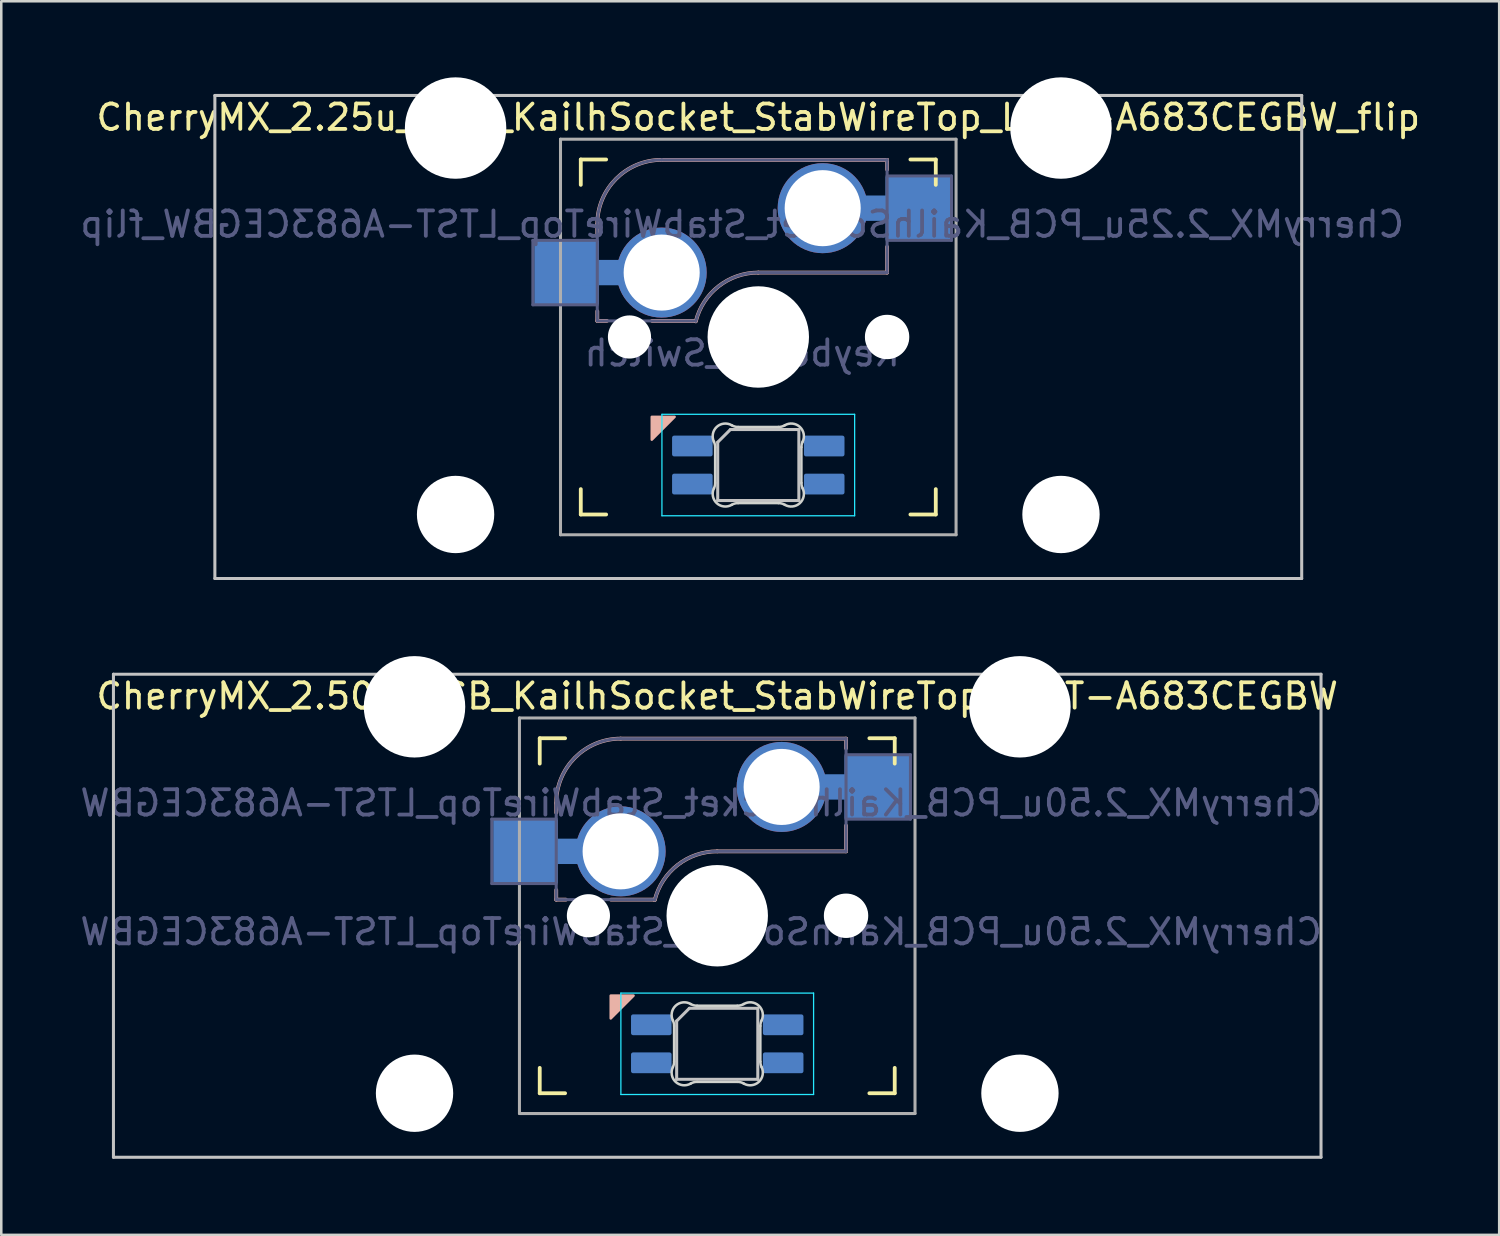
<source format=kicad_pcb>
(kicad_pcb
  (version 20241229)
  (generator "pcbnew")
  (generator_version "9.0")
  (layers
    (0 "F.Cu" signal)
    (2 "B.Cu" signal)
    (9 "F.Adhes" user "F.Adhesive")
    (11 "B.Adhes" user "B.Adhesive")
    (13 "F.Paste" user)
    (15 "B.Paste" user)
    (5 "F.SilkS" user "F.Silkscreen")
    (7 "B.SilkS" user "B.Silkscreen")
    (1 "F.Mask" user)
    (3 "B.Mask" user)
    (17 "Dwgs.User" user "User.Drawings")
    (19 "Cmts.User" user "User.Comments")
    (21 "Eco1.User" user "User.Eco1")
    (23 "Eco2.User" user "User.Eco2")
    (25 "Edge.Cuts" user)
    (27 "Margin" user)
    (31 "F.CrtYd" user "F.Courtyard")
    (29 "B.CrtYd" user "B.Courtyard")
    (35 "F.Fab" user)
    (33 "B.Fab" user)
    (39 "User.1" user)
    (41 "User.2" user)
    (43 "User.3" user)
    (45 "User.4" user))
  (footprint "CherryMX_2.25u_PCB_KailhSocket_StabWireTop_LTST-A683CEGBW_flip"
    (layer "F.Cu")
    (at 26.855 10.24)
    (property "Reference" "CherryMX_2.25u_PCB_KailhSocket_StabWireTop_LTST-A683CEGBW_flip" (at 0 -8.662 0) (layer "F.SilkS") (effects (font (size 1 1) (thickness 0.15))))
    (property "Value" "Keyboard_Switch" (at 0 8.662 0) (layer "F.Fab") (hide yes) (effects (font (size 1 1) (thickness 0.15))))
    (attr through_hole)
    (fp_line (start -7 -6) (end -7 -7) (stroke (width 0.15) (type solid)) (layer "F.SilkS"))
    (fp_line (start -7 7) (end -7 6) (stroke (width 0.15) (type solid)) (layer "F.SilkS"))
    (fp_line (start -7 7) (end -6 7) (stroke (width 0.15) (type solid)) (layer "F.SilkS"))
    (fp_line (start -6 -7) (end -7 -7) (stroke (width 0.15) (type solid)) (layer "F.SilkS"))
    (fp_line (start 6 7) (end 7 7) (stroke (width 0.15) (type solid)) (layer "F.SilkS"))
    (fp_line (start 7 -7) (end 6 -7) (stroke (width 0.15) (type solid)) (layer "F.SilkS"))
    (fp_line (start 7 -7) (end 7 -6) (stroke (width 0.15) (type solid)) (layer "F.SilkS"))
    (fp_line (start 7 6) (end 7 7) (stroke (width 0.15) (type solid)) (layer "F.SilkS"))
    (fp_line (start -6.35 -4.445) (end -6.35 -4.064) (stroke (width 0.15) (type solid)) (layer "B.SilkS"))
    (fp_line (start -6.35 -1.016) (end -6.35 -0.635) (stroke (width 0.15) (type solid)) (layer "B.SilkS"))
    (fp_line (start -5.969 -0.635) (end -6.35 -0.635) (stroke (width 0.15) (type solid)) (layer "B.SilkS"))
    (fp_line (start -3.81 -6.985) (end 5.08 -6.985) (stroke (width 0.15) (type solid)) (layer "B.SilkS"))
    (fp_line (start -2.464 -0.635) (end -4.191 -0.635) (stroke (width 0.15) (type solid)) (layer "B.SilkS"))
    (fp_line (start 5.08 -6.985) (end 5.08 -6.604) (stroke (width 0.15) (type solid)) (layer "B.SilkS"))
    (fp_line (start 5.08 -3.556) (end 5.08 -2.54) (stroke (width 0.15) (type solid)) (layer "B.SilkS"))
    (fp_line (start 5.08 -2.54) (end 0 -2.54) (stroke (width 0.15) (type solid)) (layer "B.SilkS"))
    (fp_arc (start -6.35 -4.445) (mid -5.606051 -6.241051) (end -3.81 -6.985) (stroke (width 0.15) (type solid)) (layer "B.SilkS"))
    (fp_arc (start -2.464162 -0.61604) (mid -1.563147 -2.002042) (end 0 -2.54) (stroke (width 0.15) (type solid)) (layer "B.SilkS"))
    (fp_poly (pts (xy -4.2 4.05) (xy -3.3 3.15) (xy -4.2 3.15)) (stroke (width 0.1) (type solid)) (fill yes) (layer "B.SilkS"))
    (fp_line (start -21.431 -9.525) (end 21.431 -9.525) (stroke (width 0.12) (type solid)) (layer "Dwgs.User"))
    (fp_line (start -21.431 9.525) (end -21.431 -9.525) (stroke (width 0.12) (type solid)) (layer "Dwgs.User"))
    (fp_line (start -1.6 4.15) (end -1.6 6.45) (stroke (width 0.12) (type solid)) (layer "Dwgs.User"))
    (fp_line (start -1.6 4.15) (end -1.1 3.65) (stroke (width 0.12) (type solid)) (layer "Dwgs.User"))
    (fp_line (start -1.6 6.45) (end 1.6 6.45) (stroke (width 0.12) (type solid)) (layer "Dwgs.User"))
    (fp_line (start 1.6 3.65) (end -1.1 3.65) (stroke (width 0.12) (type solid)) (layer "Dwgs.User"))
    (fp_line (start 1.6 6.45) (end 1.6 3.65) (stroke (width 0.12) (type solid)) (layer "Dwgs.User"))
    (fp_line (start 21.431 -9.525) (end 21.431 9.525) (stroke (width 0.12) (type solid)) (layer "Dwgs.User"))
    (fp_line (start 21.431 9.525) (end -21.431 9.525) (stroke (width 0.12) (type solid)) (layer "Dwgs.User"))
    (fp_line (start -6.9 6.9) (end -6.9 -6.9) (stroke (width 0.15) (type solid)) (layer "Eco2.User"))
    (fp_line (start -6.9 6.9) (end 6.9 6.9) (stroke (width 0.15) (type solid)) (layer "Eco2.User"))
    (fp_line (start 6.9 -6.9) (end -6.9 -6.9) (stroke (width 0.15) (type solid)) (layer "Eco2.User"))
    (fp_line (start 6.9 -6.9) (end 6.9 6.9) (stroke (width 0.15) (type solid)) (layer "Eco2.User"))
    (fp_line (start -1.7 5.753) (end -1.7 4.347) (stroke (width 0.1) (type solid)) (layer "Edge.Cuts"))
    (fp_line (start -0.794 3.55) (end 0.794 3.55) (stroke (width 0.1) (type solid)) (layer "Edge.Cuts"))
    (fp_line (start 0.794 6.55) (end -0.794 6.55) (stroke (width 0.1) (type solid)) (layer "Edge.Cuts"))
    (fp_line (start 1.7 4.347) (end 1.7 5.753) (stroke (width 0.1) (type solid)) (layer "Edge.Cuts"))
    (fp_arc (start -1.749484 4.13028) (mid -1.712527 4.235932) (end -1.699999 4.347158) (stroke (width 0.1) (type solid)) (layer "Edge.Cuts"))
    (fp_arc (start -1.749484 4.130281) (mid -1.638072 3.545965) (end -1.046711 3.481701) (stroke (width 0.1) (type solid)) (layer "Edge.Cuts"))
    (fp_arc (start -1.699999 5.752843) (mid -1.712527 5.864068) (end -1.749484 5.96972) (stroke (width 0.1) (type solid)) (layer "Edge.Cuts"))
    (fp_arc (start -1.046711 6.618298) (mid -1.638071 6.554034) (end -1.749484 5.96972) (stroke (width 0.1) (type solid)) (layer "Edge.Cuts"))
    (fp_arc (start -1.046711 6.618298) (mid -0.925123 6.567376) (end -0.794453 6.549999) (stroke (width 0.1) (type solid)) (layer "Edge.Cuts"))
    (fp_arc (start -0.794452 3.55) (mid -0.925123 3.532623) (end -1.046711 3.481701) (stroke (width 0.1) (type solid)) (layer "Edge.Cuts"))
    (fp_arc (start 0.794453 6.55) (mid 0.925123 6.567377) (end 1.046711 6.618299) (stroke (width 0.1) (type solid)) (layer "Edge.Cuts"))
    (fp_arc (start 1.04671 3.481701) (mid 0.925122 3.532623) (end 0.794452 3.55) (stroke (width 0.1) (type solid)) (layer "Edge.Cuts"))
    (fp_arc (start 1.046711 3.481703) (mid 1.63807 3.545966) (end 1.749484 4.13028) (stroke (width 0.1) (type solid)) (layer "Edge.Cuts"))
    (fp_arc (start 1.699999 4.347157) (mid 1.712527 4.235932) (end 1.749484 4.13028) (stroke (width 0.1) (type solid)) (layer "Edge.Cuts"))
    (fp_arc (start 1.749484 5.96972) (mid 1.638071 6.554035) (end 1.046711 6.618299) (stroke (width 0.1) (type solid)) (layer "Edge.Cuts"))
    (fp_arc (start 1.749484 5.96972) (mid 1.712527 5.864068) (end 1.699999 5.752842) (stroke (width 0.1) (type solid)) (layer "Edge.Cuts"))
    (fp_line (start -3.8 3.05) (end -3.8 7.05) (stroke (width 0.05) (type solid)) (layer "B.CrtYd"))
    (fp_line (start -3.8 7.05) (end 3.8 7.05) (stroke (width 0.05) (type solid)) (layer "B.CrtYd"))
    (fp_line (start 3.8 3.05) (end -3.8 3.05) (stroke (width 0.05) (type solid)) (layer "B.CrtYd"))
    (fp_line (start 3.8 7.05) (end 3.8 3.05) (stroke (width 0.05) (type solid)) (layer "B.CrtYd"))
    (fp_line (start -8.89 -3.81) (end -6.35 -3.81) (stroke (width 0.12) (type solid)) (layer "B.Fab"))
    (fp_line (start -8.89 -1.27) (end -8.89 -3.81) (stroke (width 0.12) (type solid)) (layer "B.Fab"))
    (fp_line (start -6.35 -1.27) (end -8.89 -1.27) (stroke (width 0.12) (type solid)) (layer "B.Fab"))
    (fp_line (start -6.35 -0.635) (end -6.35 -4.445) (stroke (width 0.12) (type solid)) (layer "B.Fab"))
    (fp_line (start -6.35 -0.635) (end -2.54 -0.635) (stroke (width 0.12) (type solid)) (layer "B.Fab"))
    (fp_line (start -3.81 -6.985) (end 5.08 -6.985) (stroke (width 0.12) (type solid)) (layer "B.Fab"))
    (fp_line (start 5.08 -6.985) (end 5.08 -2.54) (stroke (width 0.12) (type solid)) (layer "B.Fab"))
    (fp_line (start 5.08 -6.35) (end 7.62 -6.35) (stroke (width 0.12) (type solid)) (layer "B.Fab"))
    (fp_line (start 5.08 -2.54) (end 0 -2.54) (stroke (width 0.12) (type solid)) (layer "B.Fab"))
    (fp_line (start 7.62 -6.35) (end 7.62 -3.81) (stroke (width 0.12) (type solid)) (layer "B.Fab"))
    (fp_line (start 7.62 -3.81) (end 5.08 -3.81) (stroke (width 0.12) (type solid)) (layer "B.Fab"))
    (fp_arc (start -6.35 -4.445) (mid -5.606051 -6.241051) (end -3.81 -6.985) (stroke (width 0.12) (type solid)) (layer "B.Fab"))
    (fp_arc (start -2.464162 -0.61604) (mid -1.563147 -2.002042) (end 0 -2.54) (stroke (width 0.12) (type solid)) (layer "B.Fab"))
    (fp_line (start -7.8 -7.8) (end -7.8 7.8) (stroke (width 0.12) (type solid)) (layer "F.Fab"))
    (fp_line (start -7.8 -7.8) (end 7.8 -7.8) (stroke (width 0.12) (type solid)) (layer "F.Fab"))
    (fp_line (start -7.8 7.8) (end 7.8 7.8) (stroke (width 0.12) (type solid)) (layer "F.Fab"))
    (fp_line (start 7.8 -7.8) (end 7.8 7.8) (stroke (width 0.12) (type solid)) (layer "F.Fab"))
    (fp_text user "${REFERENCE}" (at -0.635 -4.445 0) (layer "B.Fab") (effects (font (size 1 1) (thickness 0.15)) (justify mirror)))
    (fp_text user "${VALUE}" (at -0.635 0.635 0) (layer "B.Fab") (effects (font (size 1 1) (thickness 0.15)) (justify mirror)))
    (pad "" np_thru_hole circle (at -11.938 -8.24) (size 4 4) (drill 4) (layers "*.Cu" "*.Mask"))
    (pad "" np_thru_hole circle (at -11.938 7) (size 3.05 3.05) (drill 3.05) (layers "*.Cu" "*.Mask"))
    (pad "" np_thru_hole circle (at -5.08 0) (size 1.702 1.702) (drill 1.702) (layers "*.Cu" "*.Mask"))
    (pad "" np_thru_hole circle (at 0 0) (size 4 4) (drill 4) (layers "*.Cu" "*.Mask"))
    (pad "" np_thru_hole circle (at 5.08 0) (size 1.702 1.702) (drill 1.702) (layers "*.Cu" "*.Mask"))
    (pad "" np_thru_hole circle (at 5.08 0) (size 1.75 1.75) (drill 1.75) (layers "*.Cu" "*.Mask"))
    (pad "" np_thru_hole circle (at 11.938 -8.24) (size 4 4) (drill 4) (layers "*.Cu" "*.Mask"))
    (pad "" np_thru_hole circle (at 11.938 7) (size 3.05 3.05) (drill 3.05) (layers "*.Cu" "*.Mask"))
    (pad "1" thru_hole circle (at 2.54 -5.08) (size 3.55 3.55) (drill 3) (layers "*.Cu"))
    (pad "1" connect rect (at 5.015 -5.08 270) (size 1 2.5) (layers "B.Cu"))
    (pad "1" smd rect (at 6.29 -5.08) (size 2.55 2.5) (layers "B.Cu" "B.Mask" "B.Paste"))
    (pad "2" smd rect (at -7.56 -2.54) (size 2.55 2.5) (layers "B.Cu" "B.Mask" "B.Paste"))
    (pad "2" connect rect (at -5.715 -2.54 90) (size 1 2.5) (layers "B.Cu"))
    (pad "2" thru_hole circle (at -3.81 -2.54) (size 3.55 3.55) (drill 3) (layers "*.Cu"))
    (pad "3" smd roundrect (at -2.6 4.3 90) (size 0.82 1.6) (layers "B.Cu" "B.Mask" "B.Paste") (roundrect_rratio 0.1))
    (pad "4" smd roundrect (at -2.6 5.8 90) (size 0.82 1.6) (layers "B.Cu" "B.Mask" "B.Paste") (roundrect_rratio 0.1))
    (pad "5" smd roundrect (at 2.6 4.3 90) (size 0.82 1.6) (layers "B.Cu" "B.Mask" "B.Paste") (roundrect_rratio 0.1))
    (pad "6" smd roundrect (at 2.6 5.8 90) (size 0.82 1.6) (layers "B.Cu" "B.Mask" "B.Paste") (roundrect_rratio 0.1)))
  (footprint "CherryMX_2.50u_PCB_KailhSocket_StabWireTop_LTST-A683CEGBW"
    (layer "F.Cu")
    (at 25.236 33.065)
    (property "Reference" "CherryMX_2.50u_PCB_KailhSocket_StabWireTop_LTST-A683CEGBW" (at 0 -8.662 0) (layer "F.SilkS") (effects (font (size 1 1) (thickness 0.15))))
    (property "Value" "CherryMX_2.50u_PCB_KailhSocket_StabWireTop_LTST-A683CEGBW" (at 0 8.662 0) (layer "F.Fab") (hide yes) (effects (font (size 1 1) (thickness 0.15))))
    (attr through_hole)
    (fp_line (start -7 -6) (end -7 -7) (stroke (width 0.15) (type solid)) (layer "F.SilkS"))
    (fp_line (start -7 7) (end -7 6) (stroke (width 0.15) (type solid)) (layer "F.SilkS"))
    (fp_line (start -7 7) (end -6 7) (stroke (width 0.15) (type solid)) (layer "F.SilkS"))
    (fp_line (start -6 -7) (end -7 -7) (stroke (width 0.15) (type solid)) (layer "F.SilkS"))
    (fp_line (start 6 7) (end 7 7) (stroke (width 0.15) (type solid)) (layer "F.SilkS"))
    (fp_line (start 7 -7) (end 6 -7) (stroke (width 0.15) (type solid)) (layer "F.SilkS"))
    (fp_line (start 7 -7) (end 7 -6) (stroke (width 0.15) (type solid)) (layer "F.SilkS"))
    (fp_line (start 7 6) (end 7 7) (stroke (width 0.15) (type solid)) (layer "F.SilkS"))
    (fp_line (start -6.35 -4.445) (end -6.35 -4.064) (stroke (width 0.15) (type solid)) (layer "B.SilkS"))
    (fp_line (start -6.35 -1.016) (end -6.35 -0.635) (stroke (width 0.15) (type solid)) (layer "B.SilkS"))
    (fp_line (start -5.969 -0.635) (end -6.35 -0.635) (stroke (width 0.15) (type solid)) (layer "B.SilkS"))
    (fp_line (start -3.81 -6.985) (end 5.08 -6.985) (stroke (width 0.15) (type solid)) (layer "B.SilkS"))
    (fp_line (start -2.464 -0.635) (end -4.191 -0.635) (stroke (width 0.15) (type solid)) (layer "B.SilkS"))
    (fp_line (start 5.08 -6.985) (end 5.08 -6.604) (stroke (width 0.15) (type solid)) (layer "B.SilkS"))
    (fp_line (start 5.08 -3.556) (end 5.08 -2.54) (stroke (width 0.15) (type solid)) (layer "B.SilkS"))
    (fp_line (start 5.08 -2.54) (end 0 -2.54) (stroke (width 0.15) (type solid)) (layer "B.SilkS"))
    (fp_arc (start -6.35 -4.445) (mid -5.606051 -6.241051) (end -3.81 -6.985) (stroke (width 0.15) (type solid)) (layer "B.SilkS"))
    (fp_arc (start -2.464162 -0.61604) (mid -1.563147 -2.002042) (end 0 -2.54) (stroke (width 0.15) (type solid)) (layer "B.SilkS"))
    (fp_poly (pts (xy -4.2 4.05) (xy -3.3 3.15) (xy -4.2 3.15)) (stroke (width 0.1) (type solid)) (fill yes) (layer "B.SilkS"))
    (fp_line (start -23.812 -9.525) (end 23.812 -9.525) (stroke (width 0.12) (type solid)) (layer "Dwgs.User"))
    (fp_line (start -23.812 9.525) (end -23.812 -9.525) (stroke (width 0.12) (type solid)) (layer "Dwgs.User"))
    (fp_line (start -1.6 4.15) (end -1.6 6.45) (stroke (width 0.12) (type solid)) (layer "Dwgs.User"))
    (fp_line (start -1.6 4.15) (end -1.1 3.65) (stroke (width 0.12) (type solid)) (layer "Dwgs.User"))
    (fp_line (start -1.6 6.45) (end 1.6 6.45) (stroke (width 0.12) (type solid)) (layer "Dwgs.User"))
    (fp_line (start 1.6 3.65) (end -1.1 3.65) (stroke (width 0.12) (type solid)) (layer "Dwgs.User"))
    (fp_line (start 1.6 6.45) (end 1.6 3.65) (stroke (width 0.12) (type solid)) (layer "Dwgs.User"))
    (fp_line (start 23.812 -9.525) (end 23.812 9.525) (stroke (width 0.12) (type solid)) (layer "Dwgs.User"))
    (fp_line (start 23.812 9.525) (end -23.812 9.525) (stroke (width 0.12) (type solid)) (layer "Dwgs.User"))
    (fp_line (start -6.9 6.9) (end -6.9 -6.9) (stroke (width 0.15) (type solid)) (layer "Eco2.User"))
    (fp_line (start -6.9 6.9) (end 6.9 6.9) (stroke (width 0.15) (type solid)) (layer "Eco2.User"))
    (fp_line (start 6.9 -6.9) (end -6.9 -6.9) (stroke (width 0.15) (type solid)) (layer "Eco2.User"))
    (fp_line (start 6.9 -6.9) (end 6.9 6.9) (stroke (width 0.15) (type solid)) (layer "Eco2.User"))
    (fp_line (start -1.7 5.753) (end -1.7 4.347) (stroke (width 0.1) (type solid)) (layer "Edge.Cuts"))
    (fp_line (start -0.794 3.55) (end 0.794 3.55) (stroke (width 0.1) (type solid)) (layer "Edge.Cuts"))
    (fp_line (start 0.794 6.55) (end -0.794 6.55) (stroke (width 0.1) (type solid)) (layer "Edge.Cuts"))
    (fp_line (start 1.7 4.347) (end 1.7 5.753) (stroke (width 0.1) (type solid)) (layer "Edge.Cuts"))
    (fp_arc (start -1.749484 4.13028) (mid -1.712527 4.235932) (end -1.699999 4.347158) (stroke (width 0.1) (type solid)) (layer "Edge.Cuts"))
    (fp_arc (start -1.749484 4.130281) (mid -1.638072 3.545965) (end -1.046711 3.481701) (stroke (width 0.1) (type solid)) (layer "Edge.Cuts"))
    (fp_arc (start -1.699999 5.752843) (mid -1.712527 5.864068) (end -1.749484 5.96972) (stroke (width 0.1) (type solid)) (layer "Edge.Cuts"))
    (fp_arc (start -1.046711 6.618298) (mid -1.63807 6.554034) (end -1.749484 5.96972) (stroke (width 0.1) (type solid)) (layer "Edge.Cuts"))
    (fp_arc (start -1.046711 6.618298) (mid -0.925123 6.567376) (end -0.794453 6.549999) (stroke (width 0.1) (type solid)) (layer "Edge.Cuts"))
    (fp_arc (start -0.794452 3.55) (mid -0.925123 3.532623) (end -1.046711 3.481701) (stroke (width 0.1) (type solid)) (layer "Edge.Cuts"))
    (fp_arc (start 0.794453 6.55) (mid 0.925123 6.567377) (end 1.046711 6.618299) (stroke (width 0.1) (type solid)) (layer "Edge.Cuts"))
    (fp_arc (start 1.04671 3.481701) (mid 0.925122 3.532623) (end 0.794452 3.55) (stroke (width 0.1) (type solid)) (layer "Edge.Cuts"))
    (fp_arc (start 1.046711 3.481703) (mid 1.63807 3.545966) (end 1.749484 4.13028) (stroke (width 0.1) (type solid)) (layer "Edge.Cuts"))
    (fp_arc (start 1.699999 4.347157) (mid 1.712527 4.235932) (end 1.749484 4.13028) (stroke (width 0.1) (type solid)) (layer "Edge.Cuts"))
    (fp_arc (start 1.749484 5.96972) (mid 1.638071 6.554035) (end 1.046711 6.618299) (stroke (width 0.1) (type solid)) (layer "Edge.Cuts"))
    (fp_arc (start 1.749484 5.96972) (mid 1.712527 5.864068) (end 1.699999 5.752842) (stroke (width 0.1) (type solid)) (layer "Edge.Cuts"))
    (fp_line (start -3.8 3.05) (end -3.8 7.05) (stroke (width 0.05) (type solid)) (layer "B.CrtYd"))
    (fp_line (start -3.8 7.05) (end 3.8 7.05) (stroke (width 0.05) (type solid)) (layer "B.CrtYd"))
    (fp_line (start 3.8 3.05) (end -3.8 3.05) (stroke (width 0.05) (type solid)) (layer "B.CrtYd"))
    (fp_line (start 3.8 7.05) (end 3.8 3.05) (stroke (width 0.05) (type solid)) (layer "B.CrtYd"))
    (fp_line (start -8.89 -3.81) (end -6.35 -3.81) (stroke (width 0.12) (type solid)) (layer "B.Fab"))
    (fp_line (start -8.89 -1.27) (end -8.89 -3.81) (stroke (width 0.12) (type solid)) (layer "B.Fab"))
    (fp_line (start -6.35 -1.27) (end -8.89 -1.27) (stroke (width 0.12) (type solid)) (layer "B.Fab"))
    (fp_line (start -6.35 -0.635) (end -6.35 -4.445) (stroke (width 0.12) (type solid)) (layer "B.Fab"))
    (fp_line (start -6.35 -0.635) (end -2.54 -0.635) (stroke (width 0.12) (type solid)) (layer "B.Fab"))
    (fp_line (start -3.81 -6.985) (end 5.08 -6.985) (stroke (width 0.12) (type solid)) (layer "B.Fab"))
    (fp_line (start 5.08 -6.985) (end 5.08 -2.54) (stroke (width 0.12) (type solid)) (layer "B.Fab"))
    (fp_line (start 5.08 -6.35) (end 7.62 -6.35) (stroke (width 0.12) (type solid)) (layer "B.Fab"))
    (fp_line (start 5.08 -2.54) (end 0 -2.54) (stroke (width 0.12) (type solid)) (layer "B.Fab"))
    (fp_line (start 7.62 -6.35) (end 7.62 -3.81) (stroke (width 0.12) (type solid)) (layer "B.Fab"))
    (fp_line (start 7.62 -3.81) (end 5.08 -3.81) (stroke (width 0.12) (type solid)) (layer "B.Fab"))
    (fp_arc (start -6.35 -4.445) (mid -5.606051 -6.241051) (end -3.81 -6.985) (stroke (width 0.12) (type solid)) (layer "B.Fab"))
    (fp_arc (start -2.464162 -0.61604) (mid -1.563147 -2.002042) (end 0 -2.54) (stroke (width 0.12) (type solid)) (layer "B.Fab"))
    (fp_line (start -7.8 -7.8) (end -7.8 7.8) (stroke (width 0.12) (type solid)) (layer "F.Fab"))
    (fp_line (start -7.8 -7.8) (end 7.8 -7.8) (stroke (width 0.12) (type solid)) (layer "F.Fab"))
    (fp_line (start -7.8 7.8) (end 7.8 7.8) (stroke (width 0.12) (type solid)) (layer "F.Fab"))
    (fp_line (start 7.8 -7.8) (end 7.8 7.8) (stroke (width 0.12) (type solid)) (layer "F.Fab"))
    (fp_text user "${VALUE}" (at -0.635 0.635 0) (layer "B.Fab") (effects (font (size 1 1) (thickness 0.15)) (justify mirror)))
    (fp_text user "${REFERENCE}" (at -0.635 -4.445 0) (layer "B.Fab") (effects (font (size 1 1) (thickness 0.15)) (justify mirror)))
    (pad "" np_thru_hole circle (at -11.938 -8.24) (size 4 4) (drill 4) (layers "*.Cu" "*.Mask"))
    (pad "" np_thru_hole circle (at -11.938 7) (size 3.05 3.05) (drill 3.05) (layers "*.Cu" "*.Mask"))
    (pad "" np_thru_hole circle (at -5.08 0) (size 1.702 1.702) (drill 1.702) (layers "*.Cu" "*.Mask"))
    (pad "" np_thru_hole circle (at 0 0) (size 4 4) (drill 4) (layers "*.Cu" "*.Mask"))
    (pad "" np_thru_hole circle (at 5.08 0) (size 1.702 1.702) (drill 1.702) (layers "*.Cu" "*.Mask"))
    (pad "" np_thru_hole circle (at 5.08 0) (size 1.75 1.75) (drill 1.75) (layers "*.Cu" "*.Mask"))
    (pad "" np_thru_hole circle (at 11.938 -8.24) (size 4 4) (drill 4) (layers "*.Cu" "*.Mask"))
    (pad "" np_thru_hole circle (at 11.938 7) (size 3.05 3.05) (drill 3.05) (layers "*.Cu" "*.Mask"))
    (pad "1" smd rect (at -7.56 -2.54) (size 2.55 2.5) (layers "B.Cu" "B.Mask" "B.Paste"))
    (pad "1" connect rect (at -5.715 -2.54 90) (size 1 2.5) (layers "B.Cu"))
    (pad "1" thru_hole circle (at -3.81 -2.54) (size 3.55 3.55) (drill 3) (layers "*.Cu"))
    (pad "2" thru_hole circle (at 2.54 -5.08) (size 3.55 3.55) (drill 3) (layers "*.Cu"))
    (pad "2" connect rect (at 5.015 -5.08 270) (size 1 2.5) (layers "B.Cu"))
    (pad "2" smd rect (at 6.29 -5.08) (size 2.55 2.5) (layers "B.Cu" "B.Mask" "B.Paste"))
    (pad "3" smd roundrect (at -2.6 4.3 90) (size 0.82 1.6) (layers "B.Cu" "B.Mask" "B.Paste") (roundrect_rratio 0.1))
    (pad "4" smd roundrect (at -2.6 5.8 90) (size 0.82 1.6) (layers "B.Cu" "B.Mask" "B.Paste") (roundrect_rratio 0.1))
    (pad "5" smd roundrect (at 2.6 4.3 90) (size 0.82 1.6) (layers "B.Cu" "B.Mask" "B.Paste") (roundrect_rratio 0.1))
    (pad "6" smd roundrect (at 2.6 5.8 90) (size 0.82 1.6) (layers "B.Cu" "B.Mask" "B.Paste") (roundrect_rratio 0.1)))
  (gr_rect
    (start -3 -3)
    (end 56.075 45.65)
    (stroke (width 0.1) (type default))
    (fill no)
    (layer "Edge.Cuts")))
</source>
